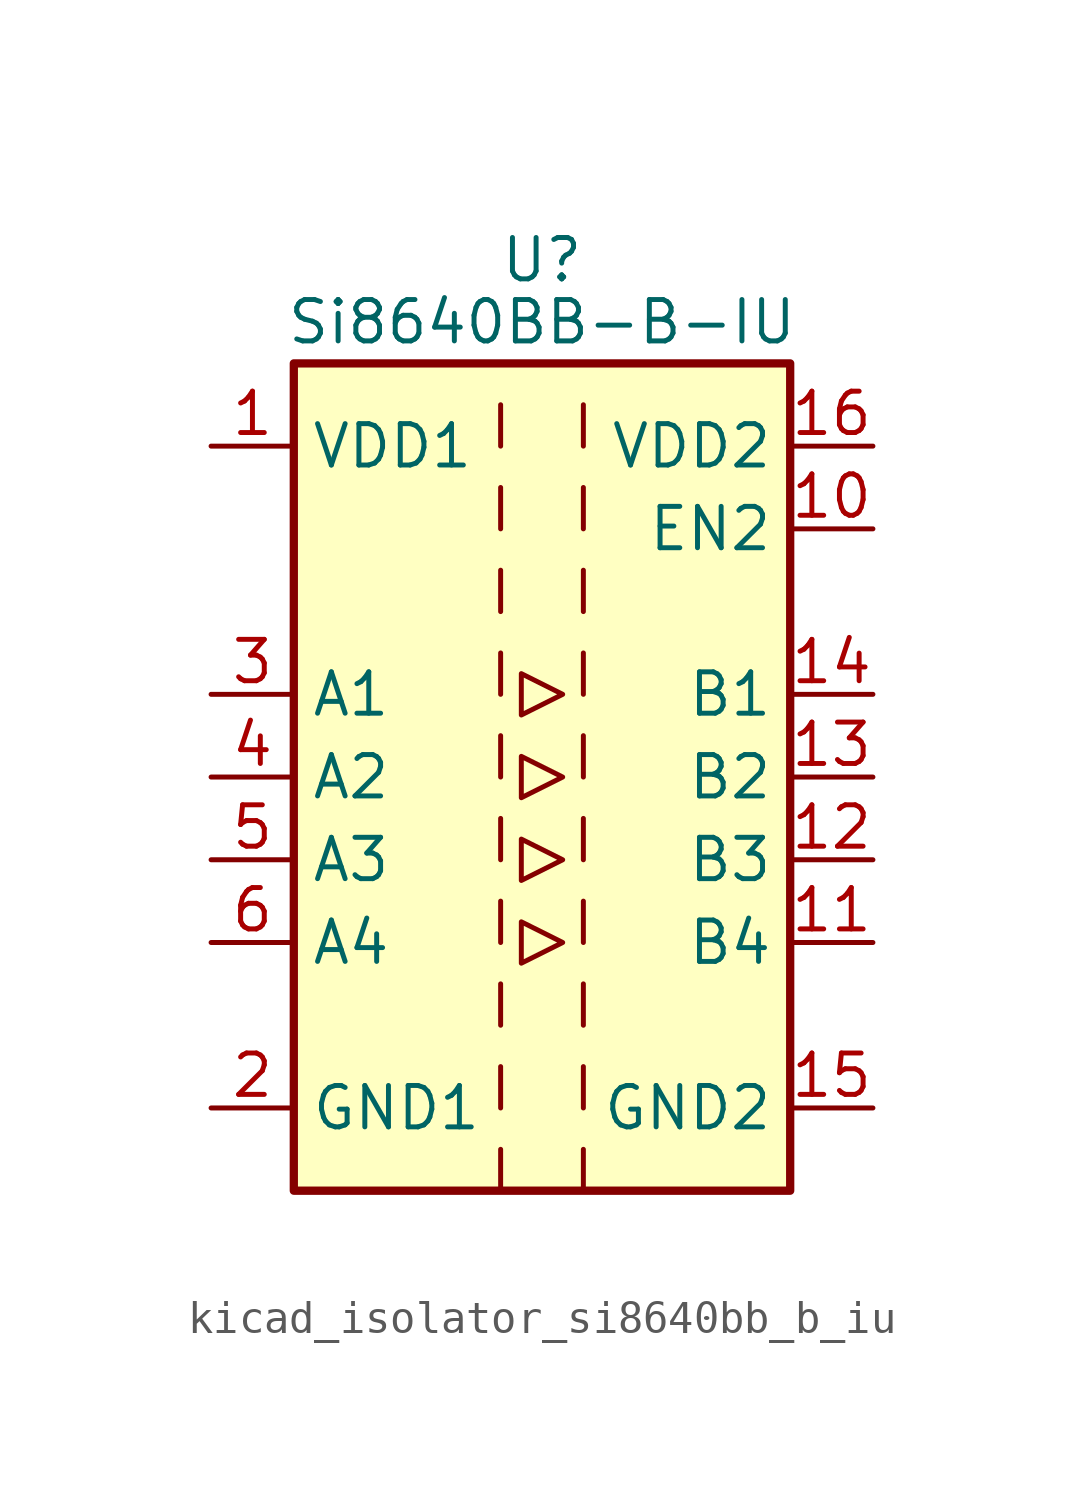
<source format=kicad_sym>
(kicad_symbol_lib
  (version 20220914)
  (generator kicad_symbol_editor)
  (symbol "kicad_isolator_si8640bb_b_iu"
    (property "Reference" "U"
      (at 0 15.875 0)
      (effects (font (size 1.27 1.27))))
    (property "Value" "Si8640BB-B-IU"
      (at 0 13.97 0)
      (effects (font (size 1.27 1.27))))
    (symbol "kicad_isolator_si8640bb_b_iu_0_1"
      (rectangle (start -7.62 12.7) (end 7.62 -12.7) (stroke (width 0.254) (type default)) (fill (type background)))
      (polyline (pts (xy -1.27 -11.43) (xy -1.27 -12.7)) (stroke (width 0) (type default)) (fill (type none)))
      (polyline (pts (xy -1.27 -8.89) (xy -1.27 -10.16)) (stroke (width 0) (type default)) (fill (type none)))
      (polyline (pts (xy -1.27 -6.35) (xy -1.27 -7.62)) (stroke (width 0) (type default)) (fill (type none)))
      (polyline (pts (xy -1.27 -3.81) (xy -1.27 -5.08)) (stroke (width 0) (type default)) (fill (type none)))
      (polyline (pts (xy -1.27 -1.27) (xy -1.27 -2.54)) (stroke (width 0) (type default)) (fill (type none)))
      (polyline (pts (xy -1.27 1.27) (xy -1.27 0)) (stroke (width 0) (type default)) (fill (type none)))
      (polyline (pts (xy -1.27 3.81) (xy -1.27 2.54)) (stroke (width 0) (type default)) (fill (type none)))
      (polyline (pts (xy -1.27 6.35) (xy -1.27 5.08)) (stroke (width 0) (type default)) (fill (type none)))
      (polyline (pts (xy -1.27 8.89) (xy -1.27 7.62)) (stroke (width 0) (type default)) (fill (type none)))
      (polyline (pts (xy -1.27 11.43) (xy -1.27 10.16)) (stroke (width 0) (type default)) (fill (type none)))
      (polyline (pts (xy 1.27 -11.43) (xy 1.27 -12.7)) (stroke (width 0) (type default)) (fill (type none)))
      (polyline (pts (xy 1.27 -8.89) (xy 1.27 -10.16)) (stroke (width 0) (type default)) (fill (type none)))
      (polyline (pts (xy 1.27 -6.35) (xy 1.27 -7.62)) (stroke (width 0) (type default)) (fill (type none)))
      (polyline (pts (xy 1.27 -3.81) (xy 1.27 -5.08)) (stroke (width 0) (type default)) (fill (type none)))
      (polyline (pts (xy 1.27 -1.27) (xy 1.27 -2.54)) (stroke (width 0) (type default)) (fill (type none)))
      (polyline (pts (xy 1.27 1.27) (xy 1.27 0)) (stroke (width 0) (type default)) (fill (type none)))
      (polyline (pts (xy 1.27 3.81) (xy 1.27 2.54)) (stroke (width 0) (type default)) (fill (type none)))
      (polyline (pts (xy 1.27 6.35) (xy 1.27 5.08)) (stroke (width 0) (type default)) (fill (type none)))
      (polyline (pts (xy 1.27 8.89) (xy 1.27 7.62)) (stroke (width 0) (type default)) (fill (type none)))
      (polyline (pts (xy 1.27 11.43) (xy 1.27 10.16)) (stroke (width 0) (type default)) (fill (type none)))
      (polyline (pts (xy -0.635 0.635) (xy -0.635 -0.635) (xy 0.635 0) (xy -0.635 0.635)) (stroke (width 0) (type default)) (fill (type none)))
      (polyline (pts (xy -0.635 3.175) (xy -0.635 1.905) (xy 0.635 2.54) (xy -0.635 3.175)) (stroke (width 0) (type default)) (fill (type none)))
      (polyline (pts (xy 0.635 -5.08) (xy -0.635 -4.445) (xy -0.635 -5.715) (xy 0.635 -5.08)) (stroke (width 0) (type default)) (fill (type none)))
      (polyline (pts (xy 0.635 -2.54) (xy -0.635 -1.905) (xy -0.635 -3.175) (xy 0.635 -2.54)) (stroke (width 0) (type default)) (fill (type none))))
    (symbol "kicad_isolator_si8640bb_b_iu_1_1"
      (pin power_in line (at -10.16 10.16 0) (length 2.54) (name "VDD1" (effects (font (size 1.27 1.27)))) (number "1" (effects (font (size 1.27 1.27)))))
      (pin input line (at 10.16 7.62 180) (length 2.54) (name "EN2" (effects (font (size 1.27 1.27)))) (number "10" (effects (font (size 1.27 1.27)))))
      (pin output line (at 10.16 -5.08 180) (length 2.54) (name "B4" (effects (font (size 1.27 1.27)))) (number "11" (effects (font (size 1.27 1.27)))))
      (pin output line (at 10.16 -2.54 180) (length 2.54) (name "B3" (effects (font (size 1.27 1.27)))) (number "12" (effects (font (size 1.27 1.27)))))
      (pin output line (at 10.16 0 180) (length 2.54) (name "B2" (effects (font (size 1.27 1.27)))) (number "13" (effects (font (size 1.27 1.27)))))
      (pin output line (at 10.16 2.54 180) (length 2.54) (name "B1" (effects (font (size 1.27 1.27)))) (number "14" (effects (font (size 1.27 1.27)))))
      (pin power_in line (at 10.16 -10.16 180) (length 2.54) (name "GND2" (effects (font (size 1.27 1.27)))) (number "15" (effects (font (size 1.27 1.27)))))
      (pin power_in line (at 10.16 10.16 180) (length 2.54) (name "VDD2" (effects (font (size 1.27 1.27)))) (number "16" (effects (font (size 1.27 1.27)))))
      (pin power_in line (at -10.16 -10.16 0) (length 2.54) (name "GND1" (effects (font (size 1.27 1.27)))) (number "2" (effects (font (size 1.27 1.27)))))
      (pin input line (at -10.16 2.54 0) (length 2.54) (name "A1" (effects (font (size 1.27 1.27)))) (number "3" (effects (font (size 1.27 1.27)))))
      (pin input line (at -10.16 0 0) (length 2.54) (name "A2" (effects (font (size 1.27 1.27)))) (number "4" (effects (font (size 1.27 1.27)))))
      (pin input line (at -10.16 -2.54 0) (length 2.54) (name "A3" (effects (font (size 1.27 1.27)))) (number "5" (effects (font (size 1.27 1.27)))))
      (pin input line (at -10.16 -5.08 0) (length 2.54) (name "A4" (effects (font (size 1.27 1.27)))) (number "6" (effects (font (size 1.27 1.27)))))
      (pin no_connect line (at -7.62 7.62 0) (length 2.54) hide (name "NC" (effects (font (size 1.27 1.27)))) (number "7" (effects (font (size 1.27 1.27)))))
      (pin passive line (at -10.16 -10.16 0) (length 2.54) hide (name "GND1" (effects (font (size 1.27 1.27)))) (number "8" (effects (font (size 1.27 1.27)))))
      (pin passive line (at 10.16 -10.16 180) (length 2.54) hide (name "GND2" (effects (font (size 1.27 1.27)))) (number "9" (effects (font (size 1.27 1.27))))))))
</source>
